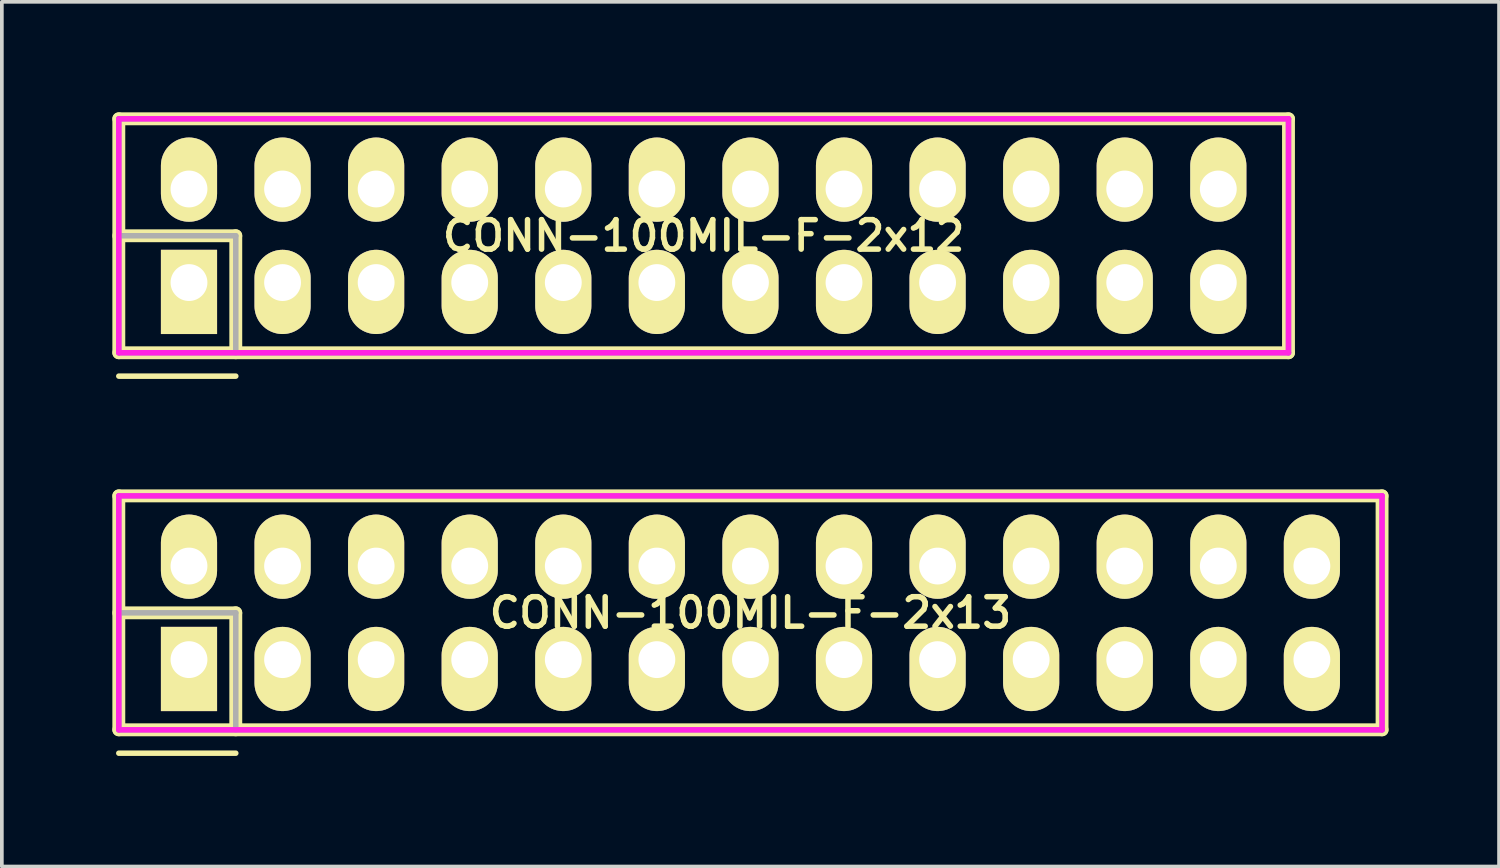
<source format=kicad_pcb>
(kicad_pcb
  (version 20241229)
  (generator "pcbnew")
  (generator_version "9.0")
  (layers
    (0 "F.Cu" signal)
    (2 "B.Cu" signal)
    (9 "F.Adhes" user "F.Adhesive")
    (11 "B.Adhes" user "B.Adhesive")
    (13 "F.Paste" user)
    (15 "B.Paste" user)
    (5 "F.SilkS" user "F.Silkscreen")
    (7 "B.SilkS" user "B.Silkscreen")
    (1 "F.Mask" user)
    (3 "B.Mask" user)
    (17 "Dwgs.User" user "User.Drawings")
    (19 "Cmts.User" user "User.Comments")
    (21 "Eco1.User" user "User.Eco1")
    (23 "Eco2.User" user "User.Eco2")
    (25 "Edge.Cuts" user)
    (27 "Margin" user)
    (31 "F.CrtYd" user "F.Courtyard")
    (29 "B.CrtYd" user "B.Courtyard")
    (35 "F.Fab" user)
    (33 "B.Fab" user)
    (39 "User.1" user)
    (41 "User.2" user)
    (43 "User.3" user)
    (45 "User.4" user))
  (footprint "CONN-100MIL-F-2x12"
    (layer "F.Cu")
    (at 16.05 3.35)
    (property "Reference" "CONN-100MIL-F-2x12" (at 0 0 0) (layer "F.SilkS") (effects (font (size 0.8 0.8) (thickness 0.15))))
    (attr through_hole)
    (fp_line (start -15.875 -3.175) (end 15.875 -3.175) (stroke (width 0.35) (type solid)) (layer "F.SilkS"))
    (fp_line (start -15.875 0) (end -12.7 0) (stroke (width 0.35) (type solid)) (layer "F.SilkS"))
    (fp_line (start -15.875 3.175) (end -15.875 -3.175) (stroke (width 0.35) (type solid)) (layer "F.SilkS"))
    (fp_line (start -15.875 3.81) (end -12.7 3.81) (stroke (width 0.15) (type solid)) (layer "F.SilkS"))
    (fp_line (start -12.7 0) (end -12.7 3.175) (stroke (width 0.35) (type solid)) (layer "F.SilkS"))
    (fp_line (start 15.875 -3.175) (end 15.875 3.175) (stroke (width 0.35) (type solid)) (layer "F.SilkS"))
    (fp_line (start 15.875 3.175) (end -15.875 3.175) (stroke (width 0.35) (type solid)) (layer "F.SilkS"))
    (fp_line (start -15.875 -3.175) (end 15.875 -3.175) (stroke (width 0.15) (type solid)) (layer "F.CrtYd"))
    (fp_line (start -15.875 3.175) (end -15.875 -3.175) (stroke (width 0.15) (type solid)) (layer "F.CrtYd"))
    (fp_line (start 15.875 -3.175) (end 15.875 3.175) (stroke (width 0.15) (type solid)) (layer "F.CrtYd"))
    (fp_line (start 15.875 3.175) (end -15.875 3.175) (stroke (width 0.15) (type solid)) (layer "F.CrtYd"))
    (fp_line (start -15.875 -3.175) (end 15.875 -3.175) (stroke (width 0.15) (type solid)) (layer "F.Fab"))
    (fp_line (start -15.875 0) (end -12.7 0) (stroke (width 0.15) (type solid)) (layer "F.Fab"))
    (fp_line (start -15.875 3.175) (end -15.875 -3.175) (stroke (width 0.15) (type solid)) (layer "F.Fab"))
    (fp_line (start -12.7 0) (end -12.7 3.175) (stroke (width 0.15) (type solid)) (layer "F.Fab"))
    (fp_line (start 15.875 -3.175) (end 15.875 3.175) (stroke (width 0.15) (type solid)) (layer "F.Fab"))
    (fp_line (start 15.875 3.175) (end -15.875 3.175) (stroke (width 0.15) (type solid)) (layer "F.Fab"))
    (pad "1" thru_hole rect (at -13.97 1.27) (size 1.524 2.286) (drill 1 (offset 0 0.254)) (layers "*.Cu" "*.Mask" "F.SilkS"))
    (pad "2" thru_hole oval (at -13.97 -1.27) (size 1.524 2.286) (drill 1 (offset 0 -0.254)) (layers "*.Cu" "*.Mask" "F.SilkS"))
    (pad "3" thru_hole oval (at -11.43 1.27) (size 1.524 2.286) (drill 1 (offset 0 0.254)) (layers "*.Cu" "*.Mask" "F.SilkS"))
    (pad "4" thru_hole oval (at -11.43 -1.27) (size 1.524 2.286) (drill 1 (offset 0 -0.254)) (layers "*.Cu" "*.Mask" "F.SilkS"))
    (pad "5" thru_hole oval (at -8.89 1.27) (size 1.524 2.286) (drill 1 (offset 0 0.254)) (layers "*.Cu" "*.Mask" "F.SilkS"))
    (pad "6" thru_hole oval (at -8.89 -1.27) (size 1.524 2.286) (drill 1 (offset 0 -0.254)) (layers "*.Cu" "*.Mask" "F.SilkS"))
    (pad "7" thru_hole oval (at -6.35 1.27) (size 1.524 2.286) (drill 1 (offset 0 0.254)) (layers "*.Cu" "*.Mask" "F.SilkS"))
    (pad "8" thru_hole oval (at -6.35 -1.27) (size 1.524 2.286) (drill 1 (offset 0 -0.254)) (layers "*.Cu" "*.Mask" "F.SilkS"))
    (pad "9" thru_hole oval (at -3.81 1.27) (size 1.524 2.286) (drill 1 (offset 0 0.254)) (layers "*.Cu" "*.Mask" "F.SilkS"))
    (pad "10" thru_hole oval (at -3.81 -1.27) (size 1.524 2.286) (drill 1 (offset 0 -0.254)) (layers "*.Cu" "*.Mask" "F.SilkS"))
    (pad "11" thru_hole oval (at -1.27 1.27) (size 1.524 2.286) (drill 1 (offset 0 0.254)) (layers "*.Cu" "*.Mask" "F.SilkS"))
    (pad "12" thru_hole oval (at -1.27 -1.27) (size 1.524 2.286) (drill 1 (offset 0 -0.254)) (layers "*.Cu" "*.Mask" "F.SilkS"))
    (pad "13" thru_hole oval (at 1.27 1.27) (size 1.524 2.286) (drill 1 (offset 0 0.254)) (layers "*.Cu" "*.Mask" "F.SilkS"))
    (pad "14" thru_hole oval (at 1.27 -1.27) (size 1.524 2.286) (drill 1 (offset 0 -0.254)) (layers "*.Cu" "*.Mask" "F.SilkS"))
    (pad "15" thru_hole oval (at 3.81 1.27) (size 1.524 2.286) (drill 1 (offset 0 0.254)) (layers "*.Cu" "*.Mask" "F.SilkS"))
    (pad "16" thru_hole oval (at 3.81 -1.27) (size 1.524 2.286) (drill 1 (offset 0 -0.254)) (layers "*.Cu" "*.Mask" "F.SilkS"))
    (pad "17" thru_hole oval (at 6.35 1.27) (size 1.524 2.286) (drill 1 (offset 0 0.254)) (layers "*.Cu" "*.Mask" "F.SilkS"))
    (pad "18" thru_hole oval (at 6.35 -1.27) (size 1.524 2.286) (drill 1 (offset 0 -0.254)) (layers "*.Cu" "*.Mask" "F.SilkS"))
    (pad "19" thru_hole oval (at 8.89 1.27) (size 1.524 2.286) (drill 1 (offset 0 0.254)) (layers "*.Cu" "*.Mask" "F.SilkS"))
    (pad "20" thru_hole oval (at 8.89 -1.27) (size 1.524 2.286) (drill 1 (offset 0 -0.254)) (layers "*.Cu" "*.Mask" "F.SilkS"))
    (pad "21" thru_hole oval (at 11.43 1.27) (size 1.524 2.286) (drill 1 (offset 0 0.254)) (layers "*.Cu" "*.Mask" "F.SilkS"))
    (pad "22" thru_hole oval (at 11.43 -1.27) (size 1.524 2.286) (drill 1 (offset 0 -0.254)) (layers "*.Cu" "*.Mask" "F.SilkS"))
    (pad "23" thru_hole oval (at 13.97 1.27) (size 1.524 2.286) (drill 1 (offset 0 0.254)) (layers "*.Cu" "*.Mask" "F.SilkS"))
    (pad "24" thru_hole oval (at 13.97 -1.27) (size 1.524 2.286) (drill 1 (offset 0 -0.254)) (layers "*.Cu" "*.Mask" "F.SilkS")))
  (footprint "CONN-100MIL-F-2x13"
    (layer "F.Cu")
    (at 17.32 13.585)
    (property "Reference" "CONN-100MIL-F-2x13" (at 0 0 0) (layer "F.SilkS") (effects (font (size 0.8 0.8) (thickness 0.15))))
    (attr through_hole)
    (fp_line (start -17.145 -3.175) (end 17.145 -3.175) (stroke (width 0.35) (type solid)) (layer "F.SilkS"))
    (fp_line (start -17.145 0) (end -13.97 0) (stroke (width 0.35) (type solid)) (layer "F.SilkS"))
    (fp_line (start -17.145 3.175) (end -17.145 -3.175) (stroke (width 0.35) (type solid)) (layer "F.SilkS"))
    (fp_line (start -17.145 3.81) (end -13.97 3.81) (stroke (width 0.15) (type solid)) (layer "F.SilkS"))
    (fp_line (start -13.97 0) (end -13.97 3.175) (stroke (width 0.35) (type solid)) (layer "F.SilkS"))
    (fp_line (start 17.145 -3.175) (end 17.145 3.175) (stroke (width 0.35) (type solid)) (layer "F.SilkS"))
    (fp_line (start 17.145 3.175) (end -17.145 3.175) (stroke (width 0.35) (type solid)) (layer "F.SilkS"))
    (fp_line (start -17.145 -3.175) (end 17.145 -3.175) (stroke (width 0.15) (type solid)) (layer "F.CrtYd"))
    (fp_line (start -17.145 3.175) (end -17.145 -3.175) (stroke (width 0.15) (type solid)) (layer "F.CrtYd"))
    (fp_line (start 17.145 -3.175) (end 17.145 3.175) (stroke (width 0.15) (type solid)) (layer "F.CrtYd"))
    (fp_line (start 17.145 3.175) (end -17.145 3.175) (stroke (width 0.15) (type solid)) (layer "F.CrtYd"))
    (fp_line (start -17.145 -3.175) (end 17.145 -3.175) (stroke (width 0.15) (type solid)) (layer "F.Fab"))
    (fp_line (start -17.145 0) (end -13.97 0) (stroke (width 0.15) (type solid)) (layer "F.Fab"))
    (fp_line (start -17.145 3.175) (end -17.145 -3.175) (stroke (width 0.15) (type solid)) (layer "F.Fab"))
    (fp_line (start -13.97 0) (end -13.97 3.175) (stroke (width 0.15) (type solid)) (layer "F.Fab"))
    (fp_line (start 17.145 -3.175) (end 17.145 3.175) (stroke (width 0.15) (type solid)) (layer "F.Fab"))
    (fp_line (start 17.145 3.175) (end -17.145 3.175) (stroke (width 0.15) (type solid)) (layer "F.Fab"))
    (pad "1" thru_hole rect (at -15.24 1.27) (size 1.524 2.286) (drill 1 (offset 0 0.254)) (layers "*.Cu" "*.Mask" "F.SilkS"))
    (pad "2" thru_hole oval (at -15.24 -1.27) (size 1.524 2.286) (drill 1 (offset 0 -0.254)) (layers "*.Cu" "*.Mask" "F.SilkS"))
    (pad "3" thru_hole oval (at -12.7 1.27) (size 1.524 2.286) (drill 1 (offset 0 0.254)) (layers "*.Cu" "*.Mask" "F.SilkS"))
    (pad "4" thru_hole oval (at -12.7 -1.27) (size 1.524 2.286) (drill 1 (offset 0 -0.254)) (layers "*.Cu" "*.Mask" "F.SilkS"))
    (pad "5" thru_hole oval (at -10.16 1.27) (size 1.524 2.286) (drill 1 (offset 0 0.254)) (layers "*.Cu" "*.Mask" "F.SilkS"))
    (pad "6" thru_hole oval (at -10.16 -1.27) (size 1.524 2.286) (drill 1 (offset 0 -0.254)) (layers "*.Cu" "*.Mask" "F.SilkS"))
    (pad "7" thru_hole oval (at -7.62 1.27) (size 1.524 2.286) (drill 1 (offset 0 0.254)) (layers "*.Cu" "*.Mask" "F.SilkS"))
    (pad "8" thru_hole oval (at -7.62 -1.27) (size 1.524 2.286) (drill 1 (offset 0 -0.254)) (layers "*.Cu" "*.Mask" "F.SilkS"))
    (pad "9" thru_hole oval (at -5.08 1.27) (size 1.524 2.286) (drill 1 (offset 0 0.254)) (layers "*.Cu" "*.Mask" "F.SilkS"))
    (pad "10" thru_hole oval (at -5.08 -1.27) (size 1.524 2.286) (drill 1 (offset 0 -0.254)) (layers "*.Cu" "*.Mask" "F.SilkS"))
    (pad "11" thru_hole oval (at -2.54 1.27) (size 1.524 2.286) (drill 1 (offset 0 0.254)) (layers "*.Cu" "*.Mask" "F.SilkS"))
    (pad "12" thru_hole oval (at -2.54 -1.27) (size 1.524 2.286) (drill 1 (offset 0 -0.254)) (layers "*.Cu" "*.Mask" "F.SilkS"))
    (pad "13" thru_hole oval (at 0 1.27) (size 1.524 2.286) (drill 1 (offset 0 0.254)) (layers "*.Cu" "*.Mask" "F.SilkS"))
    (pad "14" thru_hole oval (at 0 -1.27) (size 1.524 2.286) (drill 1 (offset 0 -0.254)) (layers "*.Cu" "*.Mask" "F.SilkS"))
    (pad "15" thru_hole oval (at 2.54 1.27) (size 1.524 2.286) (drill 1 (offset 0 0.254)) (layers "*.Cu" "*.Mask" "F.SilkS"))
    (pad "16" thru_hole oval (at 2.54 -1.27) (size 1.524 2.286) (drill 1 (offset 0 -0.254)) (layers "*.Cu" "*.Mask" "F.SilkS"))
    (pad "17" thru_hole oval (at 5.08 1.27) (size 1.524 2.286) (drill 1 (offset 0 0.254)) (layers "*.Cu" "*.Mask" "F.SilkS"))
    (pad "18" thru_hole oval (at 5.08 -1.27) (size 1.524 2.286) (drill 1 (offset 0 -0.254)) (layers "*.Cu" "*.Mask" "F.SilkS"))
    (pad "19" thru_hole oval (at 7.62 1.27) (size 1.524 2.286) (drill 1 (offset 0 0.254)) (layers "*.Cu" "*.Mask" "F.SilkS"))
    (pad "20" thru_hole oval (at 7.62 -1.27) (size 1.524 2.286) (drill 1 (offset 0 -0.254)) (layers "*.Cu" "*.Mask" "F.SilkS"))
    (pad "21" thru_hole oval (at 10.16 1.27) (size 1.524 2.286) (drill 1 (offset 0 0.254)) (layers "*.Cu" "*.Mask" "F.SilkS"))
    (pad "22" thru_hole oval (at 10.16 -1.27) (size 1.524 2.286) (drill 1 (offset 0 -0.254)) (layers "*.Cu" "*.Mask" "F.SilkS"))
    (pad "23" thru_hole oval (at 12.7 1.27) (size 1.524 2.286) (drill 1 (offset 0 0.254)) (layers "*.Cu" "*.Mask" "F.SilkS"))
    (pad "24" thru_hole oval (at 12.7 -1.27) (size 1.524 2.286) (drill 1 (offset 0 -0.254)) (layers "*.Cu" "*.Mask" "F.SilkS"))
    (pad "25" thru_hole oval (at 15.24 1.27) (size 1.524 2.286) (drill 1 (offset 0 0.254)) (layers "*.Cu" "*.Mask" "F.SilkS"))
    (pad "26" thru_hole oval (at 15.24 -1.27) (size 1.524 2.286) (drill 1 (offset 0 -0.254)) (layers "*.Cu" "*.Mask" "F.SilkS")))
  (gr_rect
    (start -3 -3)
    (end 37.64 20.47)
    (stroke (width 0.1) (type default))
    (fill no)
    (layer "Edge.Cuts")))
</source>
